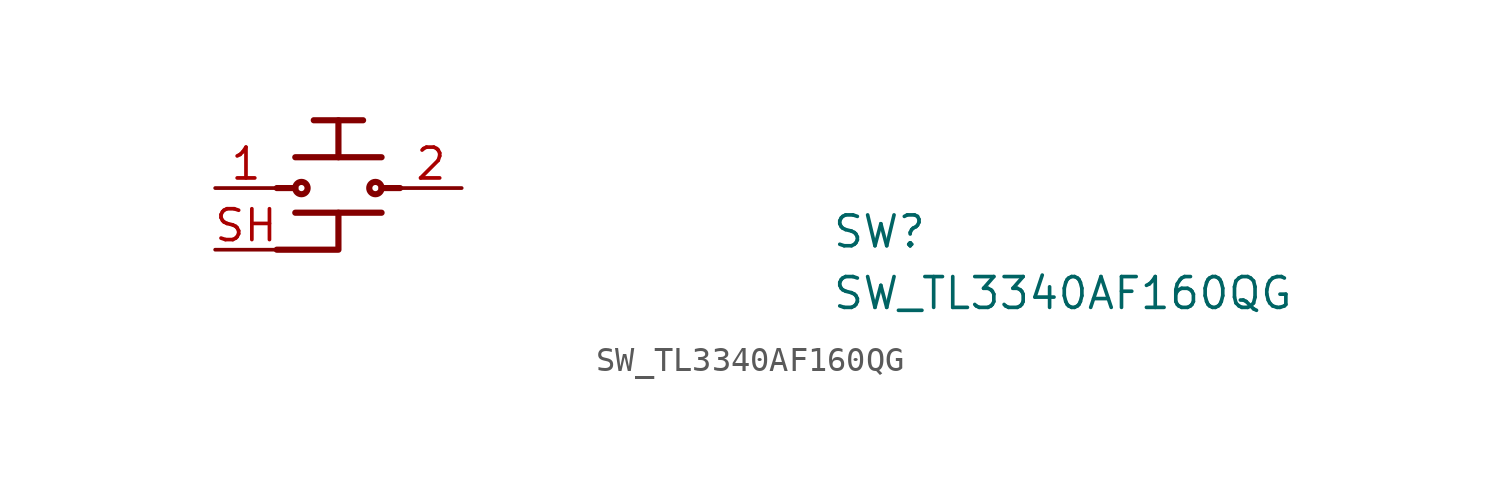
<source format=kicad_sym>
(kicad_symbol_lib
  (version 20211014)
  (generator kicad_symbol_editor)
  (symbol "SW_TL3340AF160QG"
    (pin_names hide)
    (property "Reference" "SW"
      (at 25.4 -2.54 0)
      (effects (font (size 1.27 1.27) (thickness 0.15)) (justify left bottom)))
    (property "Value" "SW_TL3340AF160QG"
      (at 25.4 -5.08 0)
      (effects (font (size 1.27 1.27) (thickness 0.15)) (justify left bottom)))
    (symbol "SW_TL3340AF160QG_1_1"
      (polyline (pts (xy 2.54 0) (xy 3.302 0)) (stroke (width 0.254) (type default) (color 0 0 0 0)) (fill (type none)))
      (polyline (pts (xy 3.302 -1.016) (xy 6.858 -1.016)) (stroke (width 0.254) (type default) (color 0 0 0 0)) (fill (type none)))
      (polyline (pts (xy 3.302 1.27) (xy 6.858 1.27)) (stroke (width 0.254) (type default) (color 0 0 0 0)) (fill (type none)))
      (polyline (pts (xy 4.064 2.794) (xy 6.096 2.794)) (stroke (width 0.254) (type default) (color 0 0 0 0)) (fill (type none)))
      (polyline (pts (xy 5.08 1.27) (xy 5.08 2.794)) (stroke (width 0.254) (type default) (color 0 0 0 0)) (fill (type none)))
      (polyline (pts (xy 7.62 0) (xy 6.858 0)) (stroke (width 0.254) (type default) (color 0 0 0 0)) (fill (type none)))
      (polyline (pts (xy 2.54 -2.54) (xy 5.08 -2.54) (xy 5.08 -1.016)) (stroke (width 0.254) (type default) (color 0 0 0 0)) (fill (type none)))
      (circle (center 3.556 0) (radius 0.254) (stroke (width 0.254) (type default) (color 0 0 0 0)) (fill (type none)))
      (circle (center 6.604 0) (radius 0.254) (stroke (width 0.254) (type default) (color 0 0 0 0)) (fill (type none)))
      (pin passive line (at 0 0 0) (length 2.54) (name "1" (effects (font (size 1.27 1.27)))) (number "1" (effects (font (size 1.27 1.27)))))
      (pin passive line (at 10.16 0 180) (length 2.54) (name "2" (effects (font (size 1.27 1.27)))) (number "2" (effects (font (size 1.27 1.27)))))
      (pin passive line (at 0 0 0) (length 2.54) hide (name "3" (effects (font (size 1.27 1.27)))) (number "3" (effects (font (size 1.27 1.27)))))
      (pin passive line (at 0 -2.54 0) (length 2.54) (name "SH" (effects (font (size 1.27 1.27)))) (number "SH" (effects (font (size 1.27 1.27))))))))
</source>
